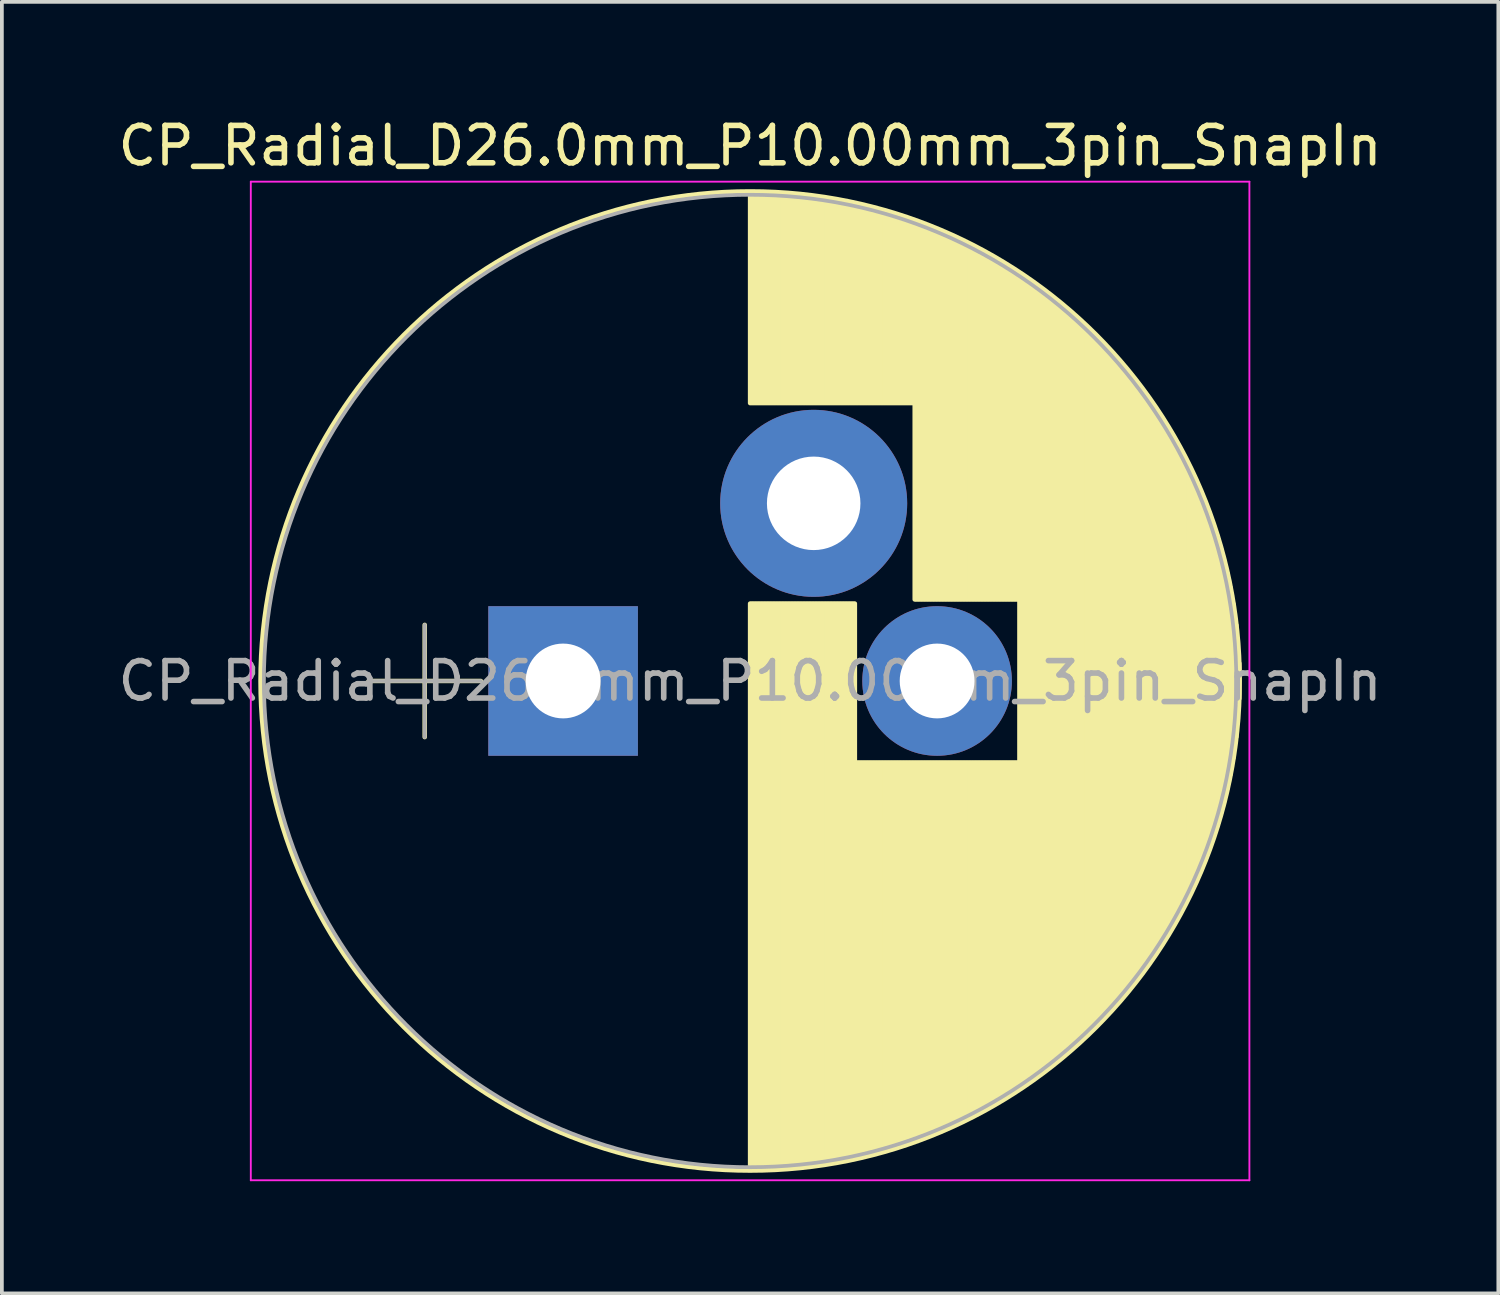
<source format=kicad_pcb>
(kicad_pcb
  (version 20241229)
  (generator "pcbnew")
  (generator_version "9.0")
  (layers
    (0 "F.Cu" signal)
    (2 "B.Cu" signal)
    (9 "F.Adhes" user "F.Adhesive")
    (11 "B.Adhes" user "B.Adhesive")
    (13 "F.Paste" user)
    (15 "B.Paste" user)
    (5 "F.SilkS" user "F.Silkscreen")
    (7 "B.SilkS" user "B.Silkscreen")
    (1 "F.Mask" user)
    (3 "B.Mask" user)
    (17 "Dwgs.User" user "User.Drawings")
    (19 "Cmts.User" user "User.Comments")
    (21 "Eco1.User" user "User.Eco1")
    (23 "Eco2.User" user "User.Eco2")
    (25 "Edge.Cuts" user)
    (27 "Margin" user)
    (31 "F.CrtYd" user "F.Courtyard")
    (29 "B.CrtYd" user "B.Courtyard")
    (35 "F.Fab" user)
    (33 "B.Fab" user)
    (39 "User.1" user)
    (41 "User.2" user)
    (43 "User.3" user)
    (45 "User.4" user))
  (footprint "CP_Radial_D26.0mm_P10.00mm_3pin_SnapIn"
    (layer "F.Cu")
    (at 12.006 15.158)
    (property "Reference" "CP_Radial_D26.0mm_P10.00mm_3pin_SnapIn" (at 5 -14.31 0) (layer "F.SilkS") (effects (font (size 1 1) (thickness 0.15))))
    (attr through_hole)
    (fp_line (start -5.2 0) (end -2.2 0) (stroke (width 0.12) (type solid)) (layer "F.SilkS"))
    (fp_line (start -3.7 -1.5) (end -3.7 1.5) (stroke (width 0.12) (type solid)) (layer "F.SilkS"))
    (fp_line (start 5 -13.05) (end 5 -7.43) (stroke (width 0.12) (type solid)) (layer "F.SilkS"))
    (fp_line (start 5 -2.07) (end 5 13.05) (stroke (width 0.12) (type solid)) (layer "F.SilkS"))
    (fp_line (start 5.04 -13.05) (end 5.04 -7.43) (stroke (width 0.12) (type solid)) (layer "F.SilkS"))
    (fp_line (start 5.04 -2.07) (end 5.04 13.05) (stroke (width 0.12) (type solid)) (layer "F.SilkS"))
    (fp_line (start 5.08 -13.05) (end 5.08 -7.43) (stroke (width 0.12) (type solid)) (layer "F.SilkS"))
    (fp_line (start 5.08 -2.07) (end 5.08 13.05) (stroke (width 0.12) (type solid)) (layer "F.SilkS"))
    (fp_line (start 5.12 -13.05) (end 5.12 -7.43) (stroke (width 0.12) (type solid)) (layer "F.SilkS"))
    (fp_line (start 5.12 -2.07) (end 5.12 13.05) (stroke (width 0.12) (type solid)) (layer "F.SilkS"))
    (fp_line (start 5.16 -13.05) (end 5.16 -7.43) (stroke (width 0.12) (type solid)) (layer "F.SilkS"))
    (fp_line (start 5.16 -2.07) (end 5.16 13.05) (stroke (width 0.12) (type solid)) (layer "F.SilkS"))
    (fp_line (start 5.2 -13.049) (end 5.2 -7.43) (stroke (width 0.12) (type solid)) (layer "F.SilkS"))
    (fp_line (start 5.2 -2.07) (end 5.2 13.049) (stroke (width 0.12) (type solid)) (layer "F.SilkS"))
    (fp_line (start 5.24 -13.048) (end 5.24 -7.43) (stroke (width 0.12) (type solid)) (layer "F.SilkS"))
    (fp_line (start 5.24 -2.07) (end 5.24 13.048) (stroke (width 0.12) (type solid)) (layer "F.SilkS"))
    (fp_line (start 5.28 -13.048) (end 5.28 -7.43) (stroke (width 0.12) (type solid)) (layer "F.SilkS"))
    (fp_line (start 5.28 -2.07) (end 5.28 13.048) (stroke (width 0.12) (type solid)) (layer "F.SilkS"))
    (fp_line (start 5.32 -13.047) (end 5.32 -7.43) (stroke (width 0.12) (type solid)) (layer "F.SilkS"))
    (fp_line (start 5.32 -2.07) (end 5.32 13.047) (stroke (width 0.12) (type solid)) (layer "F.SilkS"))
    (fp_line (start 5.36 -13.046) (end 5.36 -7.43) (stroke (width 0.12) (type solid)) (layer "F.SilkS"))
    (fp_line (start 5.36 -2.07) (end 5.36 13.046) (stroke (width 0.12) (type solid)) (layer "F.SilkS"))
    (fp_line (start 5.4 -13.044) (end 5.4 -7.43) (stroke (width 0.12) (type solid)) (layer "F.SilkS"))
    (fp_line (start 5.4 -2.07) (end 5.4 13.044) (stroke (width 0.12) (type solid)) (layer "F.SilkS"))
    (fp_line (start 5.44 -13.043) (end 5.44 -7.43) (stroke (width 0.12) (type solid)) (layer "F.SilkS"))
    (fp_line (start 5.44 -2.07) (end 5.44 13.043) (stroke (width 0.12) (type solid)) (layer "F.SilkS"))
    (fp_line (start 5.48 -13.042) (end 5.48 -7.43) (stroke (width 0.12) (type solid)) (layer "F.SilkS"))
    (fp_line (start 5.48 -2.07) (end 5.48 13.042) (stroke (width 0.12) (type solid)) (layer "F.SilkS"))
    (fp_line (start 5.52 -13.04) (end 5.52 -7.43) (stroke (width 0.12) (type solid)) (layer "F.SilkS"))
    (fp_line (start 5.52 -2.07) (end 5.52 13.04) (stroke (width 0.12) (type solid)) (layer "F.SilkS"))
    (fp_line (start 5.56 -13.039) (end 5.56 -7.43) (stroke (width 0.12) (type solid)) (layer "F.SilkS"))
    (fp_line (start 5.56 -2.07) (end 5.56 13.039) (stroke (width 0.12) (type solid)) (layer "F.SilkS"))
    (fp_line (start 5.6 -13.037) (end 5.6 -7.43) (stroke (width 0.12) (type solid)) (layer "F.SilkS"))
    (fp_line (start 5.6 -2.07) (end 5.6 13.037) (stroke (width 0.12) (type solid)) (layer "F.SilkS"))
    (fp_line (start 5.64 -13.035) (end 5.64 -7.43) (stroke (width 0.12) (type solid)) (layer "F.SilkS"))
    (fp_line (start 5.64 -2.07) (end 5.64 13.035) (stroke (width 0.12) (type solid)) (layer "F.SilkS"))
    (fp_line (start 5.68 -13.033) (end 5.68 -7.43) (stroke (width 0.12) (type solid)) (layer "F.SilkS"))
    (fp_line (start 5.68 -2.07) (end 5.68 13.033) (stroke (width 0.12) (type solid)) (layer "F.SilkS"))
    (fp_line (start 5.721 -13.031) (end 5.721 -7.43) (stroke (width 0.12) (type solid)) (layer "F.SilkS"))
    (fp_line (start 5.721 -2.07) (end 5.721 13.031) (stroke (width 0.12) (type solid)) (layer "F.SilkS"))
    (fp_line (start 5.761 -13.028) (end 5.761 -7.43) (stroke (width 0.12) (type solid)) (layer "F.SilkS"))
    (fp_line (start 5.761 -2.07) (end 5.761 13.028) (stroke (width 0.12) (type solid)) (layer "F.SilkS"))
    (fp_line (start 5.801 -13.026) (end 5.801 -7.43) (stroke (width 0.12) (type solid)) (layer "F.SilkS"))
    (fp_line (start 5.801 -2.07) (end 5.801 13.026) (stroke (width 0.12) (type solid)) (layer "F.SilkS"))
    (fp_line (start 5.841 -13.024) (end 5.841 -7.43) (stroke (width 0.12) (type solid)) (layer "F.SilkS"))
    (fp_line (start 5.841 -2.07) (end 5.841 13.024) (stroke (width 0.12) (type solid)) (layer "F.SilkS"))
    (fp_line (start 5.881 -13.021) (end 5.881 -7.43) (stroke (width 0.12) (type solid)) (layer "F.SilkS"))
    (fp_line (start 5.881 -2.07) (end 5.881 13.021) (stroke (width 0.12) (type solid)) (layer "F.SilkS"))
    (fp_line (start 5.921 -13.018) (end 5.921 -7.43) (stroke (width 0.12) (type solid)) (layer "F.SilkS"))
    (fp_line (start 5.921 -2.07) (end 5.921 13.018) (stroke (width 0.12) (type solid)) (layer "F.SilkS"))
    (fp_line (start 5.961 -13.015) (end 5.961 -7.43) (stroke (width 0.12) (type solid)) (layer "F.SilkS"))
    (fp_line (start 5.961 -2.07) (end 5.961 13.015) (stroke (width 0.12) (type solid)) (layer "F.SilkS"))
    (fp_line (start 6.001 -13.012) (end 6.001 -7.43) (stroke (width 0.12) (type solid)) (layer "F.SilkS"))
    (fp_line (start 6.001 -2.07) (end 6.001 13.012) (stroke (width 0.12) (type solid)) (layer "F.SilkS"))
    (fp_line (start 6.041 -13.009) (end 6.041 -7.43) (stroke (width 0.12) (type solid)) (layer "F.SilkS"))
    (fp_line (start 6.041 -2.07) (end 6.041 13.009) (stroke (width 0.12) (type solid)) (layer "F.SilkS"))
    (fp_line (start 6.081 -13.006) (end 6.081 -7.43) (stroke (width 0.12) (type solid)) (layer "F.SilkS"))
    (fp_line (start 6.081 -2.07) (end 6.081 13.006) (stroke (width 0.12) (type solid)) (layer "F.SilkS"))
    (fp_line (start 6.121 -13.002) (end 6.121 -7.43) (stroke (width 0.12) (type solid)) (layer "F.SilkS"))
    (fp_line (start 6.121 -2.07) (end 6.121 13.002) (stroke (width 0.12) (type solid)) (layer "F.SilkS"))
    (fp_line (start 6.161 -12.999) (end 6.161 -7.43) (stroke (width 0.12) (type solid)) (layer "F.SilkS"))
    (fp_line (start 6.161 -2.07) (end 6.161 12.999) (stroke (width 0.12) (type solid)) (layer "F.SilkS"))
    (fp_line (start 6.201 -12.995) (end 6.201 -7.43) (stroke (width 0.12) (type solid)) (layer "F.SilkS"))
    (fp_line (start 6.201 -2.07) (end 6.201 12.995) (stroke (width 0.12) (type solid)) (layer "F.SilkS"))
    (fp_line (start 6.241 -12.992) (end 6.241 -7.43) (stroke (width 0.12) (type solid)) (layer "F.SilkS"))
    (fp_line (start 6.241 -2.07) (end 6.241 12.992) (stroke (width 0.12) (type solid)) (layer "F.SilkS"))
    (fp_line (start 6.281 -12.988) (end 6.281 -7.43) (stroke (width 0.12) (type solid)) (layer "F.SilkS"))
    (fp_line (start 6.281 -2.07) (end 6.281 12.988) (stroke (width 0.12) (type solid)) (layer "F.SilkS"))
    (fp_line (start 6.321 -12.984) (end 6.321 -7.43) (stroke (width 0.12) (type solid)) (layer "F.SilkS"))
    (fp_line (start 6.321 -2.07) (end 6.321 12.984) (stroke (width 0.12) (type solid)) (layer "F.SilkS"))
    (fp_line (start 6.361 -12.98) (end 6.361 -7.43) (stroke (width 0.12) (type solid)) (layer "F.SilkS"))
    (fp_line (start 6.361 -2.07) (end 6.361 12.98) (stroke (width 0.12) (type solid)) (layer "F.SilkS"))
    (fp_line (start 6.401 -12.975) (end 6.401 -7.43) (stroke (width 0.12) (type solid)) (layer "F.SilkS"))
    (fp_line (start 6.401 -2.07) (end 6.401 12.975) (stroke (width 0.12) (type solid)) (layer "F.SilkS"))
    (fp_line (start 6.441 -12.971) (end 6.441 -7.43) (stroke (width 0.12) (type solid)) (layer "F.SilkS"))
    (fp_line (start 6.441 -2.07) (end 6.441 12.971) (stroke (width 0.12) (type solid)) (layer "F.SilkS"))
    (fp_line (start 6.481 -12.967) (end 6.481 -7.43) (stroke (width 0.12) (type solid)) (layer "F.SilkS"))
    (fp_line (start 6.481 -2.07) (end 6.481 12.967) (stroke (width 0.12) (type solid)) (layer "F.SilkS"))
    (fp_line (start 6.521 -12.962) (end 6.521 -7.43) (stroke (width 0.12) (type solid)) (layer "F.SilkS"))
    (fp_line (start 6.521 -2.07) (end 6.521 12.962) (stroke (width 0.12) (type solid)) (layer "F.SilkS"))
    (fp_line (start 6.561 -12.957) (end 6.561 -7.43) (stroke (width 0.12) (type solid)) (layer "F.SilkS"))
    (fp_line (start 6.561 -2.07) (end 6.561 12.957) (stroke (width 0.12) (type solid)) (layer "F.SilkS"))
    (fp_line (start 6.601 -12.952) (end 6.601 -7.43) (stroke (width 0.12) (type solid)) (layer "F.SilkS"))
    (fp_line (start 6.601 -2.07) (end 6.601 12.952) (stroke (width 0.12) (type solid)) (layer "F.SilkS"))
    (fp_line (start 6.641 -12.947) (end 6.641 -7.43) (stroke (width 0.12) (type solid)) (layer "F.SilkS"))
    (fp_line (start 6.641 -2.07) (end 6.641 12.947) (stroke (width 0.12) (type solid)) (layer "F.SilkS"))
    (fp_line (start 6.681 -12.942) (end 6.681 -7.43) (stroke (width 0.12) (type solid)) (layer "F.SilkS"))
    (fp_line (start 6.681 -2.07) (end 6.681 12.942) (stroke (width 0.12) (type solid)) (layer "F.SilkS"))
    (fp_line (start 6.721 -12.937) (end 6.721 -7.43) (stroke (width 0.12) (type solid)) (layer "F.SilkS"))
    (fp_line (start 6.721 -2.07) (end 6.721 12.937) (stroke (width 0.12) (type solid)) (layer "F.SilkS"))
    (fp_line (start 6.761 -12.932) (end 6.761 -7.43) (stroke (width 0.12) (type solid)) (layer "F.SilkS"))
    (fp_line (start 6.761 -2.07) (end 6.761 12.932) (stroke (width 0.12) (type solid)) (layer "F.SilkS"))
    (fp_line (start 6.801 -12.926) (end 6.801 -7.43) (stroke (width 0.12) (type solid)) (layer "F.SilkS"))
    (fp_line (start 6.801 -2.07) (end 6.801 12.926) (stroke (width 0.12) (type solid)) (layer "F.SilkS"))
    (fp_line (start 6.841 -12.921) (end 6.841 -7.43) (stroke (width 0.12) (type solid)) (layer "F.SilkS"))
    (fp_line (start 6.841 -2.07) (end 6.841 12.921) (stroke (width 0.12) (type solid)) (layer "F.SilkS"))
    (fp_line (start 6.881 -12.915) (end 6.881 -7.43) (stroke (width 0.12) (type solid)) (layer "F.SilkS"))
    (fp_line (start 6.881 -2.07) (end 6.881 12.915) (stroke (width 0.12) (type solid)) (layer "F.SilkS"))
    (fp_line (start 6.921 -12.909) (end 6.921 -7.43) (stroke (width 0.12) (type solid)) (layer "F.SilkS"))
    (fp_line (start 6.921 -2.07) (end 6.921 12.909) (stroke (width 0.12) (type solid)) (layer "F.SilkS"))
    (fp_line (start 6.961 -12.903) (end 6.961 -7.43) (stroke (width 0.12) (type solid)) (layer "F.SilkS"))
    (fp_line (start 6.961 -2.07) (end 6.961 12.903) (stroke (width 0.12) (type solid)) (layer "F.SilkS"))
    (fp_line (start 7.001 -12.897) (end 7.001 -7.43) (stroke (width 0.12) (type solid)) (layer "F.SilkS"))
    (fp_line (start 7.001 -2.07) (end 7.001 12.897) (stroke (width 0.12) (type solid)) (layer "F.SilkS"))
    (fp_line (start 7.041 -12.891) (end 7.041 -7.43) (stroke (width 0.12) (type solid)) (layer "F.SilkS"))
    (fp_line (start 7.041 -2.07) (end 7.041 12.891) (stroke (width 0.12) (type solid)) (layer "F.SilkS"))
    (fp_line (start 7.081 -12.884) (end 7.081 -7.43) (stroke (width 0.12) (type solid)) (layer "F.SilkS"))
    (fp_line (start 7.081 -2.07) (end 7.081 12.884) (stroke (width 0.12) (type solid)) (layer "F.SilkS"))
    (fp_line (start 7.121 -12.878) (end 7.121 -7.43) (stroke (width 0.12) (type solid)) (layer "F.SilkS"))
    (fp_line (start 7.121 -2.07) (end 7.121 12.878) (stroke (width 0.12) (type solid)) (layer "F.SilkS"))
    (fp_line (start 7.161 -12.871) (end 7.161 -7.43) (stroke (width 0.12) (type solid)) (layer "F.SilkS"))
    (fp_line (start 7.161 -2.07) (end 7.161 12.871) (stroke (width 0.12) (type solid)) (layer "F.SilkS"))
    (fp_line (start 7.201 -12.864) (end 7.201 -7.43) (stroke (width 0.12) (type solid)) (layer "F.SilkS"))
    (fp_line (start 7.201 -2.07) (end 7.201 12.864) (stroke (width 0.12) (type solid)) (layer "F.SilkS"))
    (fp_line (start 7.241 -12.857) (end 7.241 -7.43) (stroke (width 0.12) (type solid)) (layer "F.SilkS"))
    (fp_line (start 7.241 -2.07) (end 7.241 12.857) (stroke (width 0.12) (type solid)) (layer "F.SilkS"))
    (fp_line (start 7.281 -12.85) (end 7.281 -7.43) (stroke (width 0.12) (type solid)) (layer "F.SilkS"))
    (fp_line (start 7.281 -2.07) (end 7.281 12.85) (stroke (width 0.12) (type solid)) (layer "F.SilkS"))
    (fp_line (start 7.321 -12.843) (end 7.321 -7.43) (stroke (width 0.12) (type solid)) (layer "F.SilkS"))
    (fp_line (start 7.321 -2.07) (end 7.321 12.843) (stroke (width 0.12) (type solid)) (layer "F.SilkS"))
    (fp_line (start 7.361 -12.836) (end 7.361 -7.43) (stroke (width 0.12) (type solid)) (layer "F.SilkS"))
    (fp_line (start 7.361 -2.07) (end 7.361 12.836) (stroke (width 0.12) (type solid)) (layer "F.SilkS"))
    (fp_line (start 7.401 -12.829) (end 7.401 -7.43) (stroke (width 0.12) (type solid)) (layer "F.SilkS"))
    (fp_line (start 7.401 -2.07) (end 7.401 12.829) (stroke (width 0.12) (type solid)) (layer "F.SilkS"))
    (fp_line (start 7.441 -12.821) (end 7.441 -7.43) (stroke (width 0.12) (type solid)) (layer "F.SilkS"))
    (fp_line (start 7.441 -2.07) (end 7.441 12.821) (stroke (width 0.12) (type solid)) (layer "F.SilkS"))
    (fp_line (start 7.481 -12.813) (end 7.481 -7.43) (stroke (width 0.12) (type solid)) (layer "F.SilkS"))
    (fp_line (start 7.481 -2.07) (end 7.481 12.813) (stroke (width 0.12) (type solid)) (layer "F.SilkS"))
    (fp_line (start 7.521 -12.806) (end 7.521 -7.43) (stroke (width 0.12) (type solid)) (layer "F.SilkS"))
    (fp_line (start 7.521 -2.07) (end 7.521 12.806) (stroke (width 0.12) (type solid)) (layer "F.SilkS"))
    (fp_line (start 7.561 -12.798) (end 7.561 -7.43) (stroke (width 0.12) (type solid)) (layer "F.SilkS"))
    (fp_line (start 7.561 -2.07) (end 7.561 12.798) (stroke (width 0.12) (type solid)) (layer "F.SilkS"))
    (fp_line (start 7.601 -12.79) (end 7.601 -7.43) (stroke (width 0.12) (type solid)) (layer "F.SilkS"))
    (fp_line (start 7.601 -2.07) (end 7.601 12.79) (stroke (width 0.12) (type solid)) (layer "F.SilkS"))
    (fp_line (start 7.641 -12.782) (end 7.641 -7.43) (stroke (width 0.12) (type solid)) (layer "F.SilkS"))
    (fp_line (start 7.641 -2.07) (end 7.641 12.782) (stroke (width 0.12) (type solid)) (layer "F.SilkS"))
    (fp_line (start 7.681 -12.773) (end 7.681 -7.43) (stroke (width 0.12) (type solid)) (layer "F.SilkS"))
    (fp_line (start 7.681 -2.07) (end 7.681 12.773) (stroke (width 0.12) (type solid)) (layer "F.SilkS"))
    (fp_line (start 7.721 -12.765) (end 7.721 -7.43) (stroke (width 0.12) (type solid)) (layer "F.SilkS"))
    (fp_line (start 7.721 -2.07) (end 7.721 12.765) (stroke (width 0.12) (type solid)) (layer "F.SilkS"))
    (fp_line (start 7.761 -12.756) (end 7.761 -7.43) (stroke (width 0.12) (type solid)) (layer "F.SilkS"))
    (fp_line (start 7.761 -2.07) (end 7.761 12.756) (stroke (width 0.12) (type solid)) (layer "F.SilkS"))
    (fp_line (start 7.801 -12.748) (end 7.801 -7.43) (stroke (width 0.12) (type solid)) (layer "F.SilkS"))
    (fp_line (start 7.801 -2.07) (end 7.801 12.748) (stroke (width 0.12) (type solid)) (layer "F.SilkS"))
    (fp_line (start 7.841 -12.739) (end 7.841 -7.43) (stroke (width 0.12) (type solid)) (layer "F.SilkS"))
    (fp_line (start 7.841 2.18) (end 7.841 12.739) (stroke (width 0.12) (type solid)) (layer "F.SilkS"))
    (fp_line (start 7.881 -12.73) (end 7.881 -7.43) (stroke (width 0.12) (type solid)) (layer "F.SilkS"))
    (fp_line (start 7.881 2.18) (end 7.881 12.73) (stroke (width 0.12) (type solid)) (layer "F.SilkS"))
    (fp_line (start 7.921 -12.721) (end 7.921 -7.43) (stroke (width 0.12) (type solid)) (layer "F.SilkS"))
    (fp_line (start 7.921 2.18) (end 7.921 12.721) (stroke (width 0.12) (type solid)) (layer "F.SilkS"))
    (fp_line (start 7.961 -12.711) (end 7.961 -7.43) (stroke (width 0.12) (type solid)) (layer "F.SilkS"))
    (fp_line (start 7.961 2.18) (end 7.961 12.711) (stroke (width 0.12) (type solid)) (layer "F.SilkS"))
    (fp_line (start 8.001 -12.702) (end 8.001 -7.43) (stroke (width 0.12) (type solid)) (layer "F.SilkS"))
    (fp_line (start 8.001 2.18) (end 8.001 12.702) (stroke (width 0.12) (type solid)) (layer "F.SilkS"))
    (fp_line (start 8.041 -12.693) (end 8.041 -7.43) (stroke (width 0.12) (type solid)) (layer "F.SilkS"))
    (fp_line (start 8.041 2.18) (end 8.041 12.693) (stroke (width 0.12) (type solid)) (layer "F.SilkS"))
    (fp_line (start 8.081 -12.683) (end 8.081 -7.43) (stroke (width 0.12) (type solid)) (layer "F.SilkS"))
    (fp_line (start 8.081 2.18) (end 8.081 12.683) (stroke (width 0.12) (type solid)) (layer "F.SilkS"))
    (fp_line (start 8.121 -12.673) (end 8.121 -7.43) (stroke (width 0.12) (type solid)) (layer "F.SilkS"))
    (fp_line (start 8.121 2.18) (end 8.121 12.673) (stroke (width 0.12) (type solid)) (layer "F.SilkS"))
    (fp_line (start 8.161 -12.663) (end 8.161 -7.43) (stroke (width 0.12) (type solid)) (layer "F.SilkS"))
    (fp_line (start 8.161 2.18) (end 8.161 12.663) (stroke (width 0.12) (type solid)) (layer "F.SilkS"))
    (fp_line (start 8.201 -12.653) (end 8.201 -7.43) (stroke (width 0.12) (type solid)) (layer "F.SilkS"))
    (fp_line (start 8.201 2.18) (end 8.201 12.653) (stroke (width 0.12) (type solid)) (layer "F.SilkS"))
    (fp_line (start 8.241 -12.643) (end 8.241 -7.43) (stroke (width 0.12) (type solid)) (layer "F.SilkS"))
    (fp_line (start 8.241 2.18) (end 8.241 12.643) (stroke (width 0.12) (type solid)) (layer "F.SilkS"))
    (fp_line (start 8.281 -12.633) (end 8.281 -7.43) (stroke (width 0.12) (type solid)) (layer "F.SilkS"))
    (fp_line (start 8.281 2.18) (end 8.281 12.633) (stroke (width 0.12) (type solid)) (layer "F.SilkS"))
    (fp_line (start 8.321 -12.622) (end 8.321 -7.43) (stroke (width 0.12) (type solid)) (layer "F.SilkS"))
    (fp_line (start 8.321 2.18) (end 8.321 12.622) (stroke (width 0.12) (type solid)) (layer "F.SilkS"))
    (fp_line (start 8.361 -12.612) (end 8.361 -7.43) (stroke (width 0.12) (type solid)) (layer "F.SilkS"))
    (fp_line (start 8.361 2.18) (end 8.361 12.612) (stroke (width 0.12) (type solid)) (layer "F.SilkS"))
    (fp_line (start 8.401 -12.601) (end 8.401 -7.43) (stroke (width 0.12) (type solid)) (layer "F.SilkS"))
    (fp_line (start 8.401 2.18) (end 8.401 12.601) (stroke (width 0.12) (type solid)) (layer "F.SilkS"))
    (fp_line (start 8.441 -12.59) (end 8.441 -7.43) (stroke (width 0.12) (type solid)) (layer "F.SilkS"))
    (fp_line (start 8.441 2.18) (end 8.441 12.59) (stroke (width 0.12) (type solid)) (layer "F.SilkS"))
    (fp_line (start 8.481 -12.579) (end 8.481 -7.43) (stroke (width 0.12) (type solid)) (layer "F.SilkS"))
    (fp_line (start 8.481 2.18) (end 8.481 12.579) (stroke (width 0.12) (type solid)) (layer "F.SilkS"))
    (fp_line (start 8.521 -12.568) (end 8.521 -7.43) (stroke (width 0.12) (type solid)) (layer "F.SilkS"))
    (fp_line (start 8.521 2.18) (end 8.521 12.568) (stroke (width 0.12) (type solid)) (layer "F.SilkS"))
    (fp_line (start 8.561 -12.557) (end 8.561 -7.43) (stroke (width 0.12) (type solid)) (layer "F.SilkS"))
    (fp_line (start 8.561 2.18) (end 8.561 12.557) (stroke (width 0.12) (type solid)) (layer "F.SilkS"))
    (fp_line (start 8.601 -12.546) (end 8.601 -7.43) (stroke (width 0.12) (type solid)) (layer "F.SilkS"))
    (fp_line (start 8.601 2.18) (end 8.601 12.546) (stroke (width 0.12) (type solid)) (layer "F.SilkS"))
    (fp_line (start 8.641 -12.534) (end 8.641 -7.43) (stroke (width 0.12) (type solid)) (layer "F.SilkS"))
    (fp_line (start 8.641 2.18) (end 8.641 12.534) (stroke (width 0.12) (type solid)) (layer "F.SilkS"))
    (fp_line (start 8.681 -12.523) (end 8.681 -7.43) (stroke (width 0.12) (type solid)) (layer "F.SilkS"))
    (fp_line (start 8.681 2.18) (end 8.681 12.523) (stroke (width 0.12) (type solid)) (layer "F.SilkS"))
    (fp_line (start 8.721 -12.511) (end 8.721 -7.43) (stroke (width 0.12) (type solid)) (layer "F.SilkS"))
    (fp_line (start 8.721 2.18) (end 8.721 12.511) (stroke (width 0.12) (type solid)) (layer "F.SilkS"))
    (fp_line (start 8.761 -12.499) (end 8.761 -7.43) (stroke (width 0.12) (type solid)) (layer "F.SilkS"))
    (fp_line (start 8.761 2.18) (end 8.761 12.499) (stroke (width 0.12) (type solid)) (layer "F.SilkS"))
    (fp_line (start 8.801 -12.487) (end 8.801 -7.43) (stroke (width 0.12) (type solid)) (layer "F.SilkS"))
    (fp_line (start 8.801 2.18) (end 8.801 12.487) (stroke (width 0.12) (type solid)) (layer "F.SilkS"))
    (fp_line (start 8.841 -12.475) (end 8.841 -7.43) (stroke (width 0.12) (type solid)) (layer "F.SilkS"))
    (fp_line (start 8.841 2.18) (end 8.841 12.475) (stroke (width 0.12) (type solid)) (layer "F.SilkS"))
    (fp_line (start 8.881 -12.462) (end 8.881 -7.43) (stroke (width 0.12) (type solid)) (layer "F.SilkS"))
    (fp_line (start 8.881 2.18) (end 8.881 12.462) (stroke (width 0.12) (type solid)) (layer "F.SilkS"))
    (fp_line (start 8.921 -12.45) (end 8.921 -7.43) (stroke (width 0.12) (type solid)) (layer "F.SilkS"))
    (fp_line (start 8.921 2.18) (end 8.921 12.45) (stroke (width 0.12) (type solid)) (layer "F.SilkS"))
    (fp_line (start 8.961 -12.437) (end 8.961 -7.43) (stroke (width 0.12) (type solid)) (layer "F.SilkS"))
    (fp_line (start 8.961 2.18) (end 8.961 12.437) (stroke (width 0.12) (type solid)) (layer "F.SilkS"))
    (fp_line (start 9.001 -12.424) (end 9.001 -7.43) (stroke (width 0.12) (type solid)) (layer "F.SilkS"))
    (fp_line (start 9.001 2.18) (end 9.001 12.424) (stroke (width 0.12) (type solid)) (layer "F.SilkS"))
    (fp_line (start 9.041 -12.411) (end 9.041 -7.43) (stroke (width 0.12) (type solid)) (layer "F.SilkS"))
    (fp_line (start 9.041 2.18) (end 9.041 12.411) (stroke (width 0.12) (type solid)) (layer "F.SilkS"))
    (fp_line (start 9.081 -12.398) (end 9.081 -7.43) (stroke (width 0.12) (type solid)) (layer "F.SilkS"))
    (fp_line (start 9.081 2.18) (end 9.081 12.398) (stroke (width 0.12) (type solid)) (layer "F.SilkS"))
    (fp_line (start 9.121 -12.385) (end 9.121 -7.43) (stroke (width 0.12) (type solid)) (layer "F.SilkS"))
    (fp_line (start 9.121 2.18) (end 9.121 12.385) (stroke (width 0.12) (type solid)) (layer "F.SilkS"))
    (fp_line (start 9.161 -12.372) (end 9.161 -7.43) (stroke (width 0.12) (type solid)) (layer "F.SilkS"))
    (fp_line (start 9.161 2.18) (end 9.161 12.372) (stroke (width 0.12) (type solid)) (layer "F.SilkS"))
    (fp_line (start 9.201 -12.358) (end 9.201 -7.43) (stroke (width 0.12) (type solid)) (layer "F.SilkS"))
    (fp_line (start 9.201 2.18) (end 9.201 12.358) (stroke (width 0.12) (type solid)) (layer "F.SilkS"))
    (fp_line (start 9.241 -12.345) (end 9.241 -7.43) (stroke (width 0.12) (type solid)) (layer "F.SilkS"))
    (fp_line (start 9.241 2.18) (end 9.241 12.345) (stroke (width 0.12) (type solid)) (layer "F.SilkS"))
    (fp_line (start 9.281 -12.331) (end 9.281 -7.43) (stroke (width 0.12) (type solid)) (layer "F.SilkS"))
    (fp_line (start 9.281 2.18) (end 9.281 12.331) (stroke (width 0.12) (type solid)) (layer "F.SilkS"))
    (fp_line (start 9.321 -12.317) (end 9.321 -7.43) (stroke (width 0.12) (type solid)) (layer "F.SilkS"))
    (fp_line (start 9.321 2.18) (end 9.321 12.317) (stroke (width 0.12) (type solid)) (layer "F.SilkS"))
    (fp_line (start 9.361 -12.303) (end 9.361 -7.43) (stroke (width 0.12) (type solid)) (layer "F.SilkS"))
    (fp_line (start 9.361 2.18) (end 9.361 12.303) (stroke (width 0.12) (type solid)) (layer "F.SilkS"))
    (fp_line (start 9.401 -12.289) (end 9.401 -2.18) (stroke (width 0.12) (type solid)) (layer "F.SilkS"))
    (fp_line (start 9.401 2.18) (end 9.401 12.289) (stroke (width 0.12) (type solid)) (layer "F.SilkS"))
    (fp_line (start 9.441 -12.274) (end 9.441 -2.18) (stroke (width 0.12) (type solid)) (layer "F.SilkS"))
    (fp_line (start 9.441 2.18) (end 9.441 12.274) (stroke (width 0.12) (type solid)) (layer "F.SilkS"))
    (fp_line (start 9.481 -12.26) (end 9.481 -2.18) (stroke (width 0.12) (type solid)) (layer "F.SilkS"))
    (fp_line (start 9.481 2.18) (end 9.481 12.26) (stroke (width 0.12) (type solid)) (layer "F.SilkS"))
    (fp_line (start 9.521 -12.245) (end 9.521 -2.18) (stroke (width 0.12) (type solid)) (layer "F.SilkS"))
    (fp_line (start 9.521 2.18) (end 9.521 12.245) (stroke (width 0.12) (type solid)) (layer "F.SilkS"))
    (fp_line (start 9.561 -12.231) (end 9.561 -2.18) (stroke (width 0.12) (type solid)) (layer "F.SilkS"))
    (fp_line (start 9.561 2.18) (end 9.561 12.231) (stroke (width 0.12) (type solid)) (layer "F.SilkS"))
    (fp_line (start 9.601 -12.216) (end 9.601 -2.18) (stroke (width 0.12) (type solid)) (layer "F.SilkS"))
    (fp_line (start 9.601 2.18) (end 9.601 12.216) (stroke (width 0.12) (type solid)) (layer "F.SilkS"))
    (fp_line (start 9.641 -12.201) (end 9.641 -2.18) (stroke (width 0.12) (type solid)) (layer "F.SilkS"))
    (fp_line (start 9.641 2.18) (end 9.641 12.201) (stroke (width 0.12) (type solid)) (layer "F.SilkS"))
    (fp_line (start 9.681 -12.185) (end 9.681 -2.18) (stroke (width 0.12) (type solid)) (layer "F.SilkS"))
    (fp_line (start 9.681 2.18) (end 9.681 12.185) (stroke (width 0.12) (type solid)) (layer "F.SilkS"))
    (fp_line (start 9.721 -12.17) (end 9.721 -2.18) (stroke (width 0.12) (type solid)) (layer "F.SilkS"))
    (fp_line (start 9.721 2.18) (end 9.721 12.17) (stroke (width 0.12) (type solid)) (layer "F.SilkS"))
    (fp_line (start 9.761 -12.154) (end 9.761 -2.18) (stroke (width 0.12) (type solid)) (layer "F.SilkS"))
    (fp_line (start 9.761 2.18) (end 9.761 12.154) (stroke (width 0.12) (type solid)) (layer "F.SilkS"))
    (fp_line (start 9.801 -12.139) (end 9.801 -2.18) (stroke (width 0.12) (type solid)) (layer "F.SilkS"))
    (fp_line (start 9.801 2.18) (end 9.801 12.139) (stroke (width 0.12) (type solid)) (layer "F.SilkS"))
    (fp_line (start 9.841 -12.123) (end 9.841 -2.18) (stroke (width 0.12) (type solid)) (layer "F.SilkS"))
    (fp_line (start 9.841 2.18) (end 9.841 12.123) (stroke (width 0.12) (type solid)) (layer "F.SilkS"))
    (fp_line (start 9.881 -12.107) (end 9.881 -2.18) (stroke (width 0.12) (type solid)) (layer "F.SilkS"))
    (fp_line (start 9.881 2.18) (end 9.881 12.107) (stroke (width 0.12) (type solid)) (layer "F.SilkS"))
    (fp_line (start 9.921 -12.091) (end 9.921 -2.18) (stroke (width 0.12) (type solid)) (layer "F.SilkS"))
    (fp_line (start 9.921 2.18) (end 9.921 12.091) (stroke (width 0.12) (type solid)) (layer "F.SilkS"))
    (fp_line (start 9.961 -12.074) (end 9.961 -2.18) (stroke (width 0.12) (type solid)) (layer "F.SilkS"))
    (fp_line (start 9.961 2.18) (end 9.961 12.074) (stroke (width 0.12) (type solid)) (layer "F.SilkS"))
    (fp_line (start 10.001 -12.058) (end 10.001 -2.18) (stroke (width 0.12) (type solid)) (layer "F.SilkS"))
    (fp_line (start 10.001 2.18) (end 10.001 12.058) (stroke (width 0.12) (type solid)) (layer "F.SilkS"))
    (fp_line (start 10.041 -12.041) (end 10.041 -2.18) (stroke (width 0.12) (type solid)) (layer "F.SilkS"))
    (fp_line (start 10.041 2.18) (end 10.041 12.041) (stroke (width 0.12) (type solid)) (layer "F.SilkS"))
    (fp_line (start 10.081 -12.025) (end 10.081 -2.18) (stroke (width 0.12) (type solid)) (layer "F.SilkS"))
    (fp_line (start 10.081 2.18) (end 10.081 12.025) (stroke (width 0.12) (type solid)) (layer "F.SilkS"))
    (fp_line (start 10.121 -12.008) (end 10.121 -2.18) (stroke (width 0.12) (type solid)) (layer "F.SilkS"))
    (fp_line (start 10.121 2.18) (end 10.121 12.008) (stroke (width 0.12) (type solid)) (layer "F.SilkS"))
    (fp_line (start 10.161 -11.991) (end 10.161 -2.18) (stroke (width 0.12) (type solid)) (layer "F.SilkS"))
    (fp_line (start 10.161 2.18) (end 10.161 11.991) (stroke (width 0.12) (type solid)) (layer "F.SilkS"))
    (fp_line (start 10.201 -11.973) (end 10.201 -2.18) (stroke (width 0.12) (type solid)) (layer "F.SilkS"))
    (fp_line (start 10.201 2.18) (end 10.201 11.973) (stroke (width 0.12) (type solid)) (layer "F.SilkS"))
    (fp_line (start 10.241 -11.956) (end 10.241 -2.18) (stroke (width 0.12) (type solid)) (layer "F.SilkS"))
    (fp_line (start 10.241 2.18) (end 10.241 11.956) (stroke (width 0.12) (type solid)) (layer "F.SilkS"))
    (fp_line (start 10.281 -11.938) (end 10.281 -2.18) (stroke (width 0.12) (type solid)) (layer "F.SilkS"))
    (fp_line (start 10.281 2.18) (end 10.281 11.938) (stroke (width 0.12) (type solid)) (layer "F.SilkS"))
    (fp_line (start 10.321 -11.921) (end 10.321 -2.18) (stroke (width 0.12) (type solid)) (layer "F.SilkS"))
    (fp_line (start 10.321 2.18) (end 10.321 11.921) (stroke (width 0.12) (type solid)) (layer "F.SilkS"))
    (fp_line (start 10.361 -11.903) (end 10.361 -2.18) (stroke (width 0.12) (type solid)) (layer "F.SilkS"))
    (fp_line (start 10.361 2.18) (end 10.361 11.903) (stroke (width 0.12) (type solid)) (layer "F.SilkS"))
    (fp_line (start 10.401 -11.885) (end 10.401 -2.18) (stroke (width 0.12) (type solid)) (layer "F.SilkS"))
    (fp_line (start 10.401 2.18) (end 10.401 11.885) (stroke (width 0.12) (type solid)) (layer "F.SilkS"))
    (fp_line (start 10.441 -11.867) (end 10.441 -2.18) (stroke (width 0.12) (type solid)) (layer "F.SilkS"))
    (fp_line (start 10.441 2.18) (end 10.441 11.867) (stroke (width 0.12) (type solid)) (layer "F.SilkS"))
    (fp_line (start 10.481 -11.848) (end 10.481 -2.18) (stroke (width 0.12) (type solid)) (layer "F.SilkS"))
    (fp_line (start 10.481 2.18) (end 10.481 11.848) (stroke (width 0.12) (type solid)) (layer "F.SilkS"))
    (fp_line (start 10.521 -11.83) (end 10.521 -2.18) (stroke (width 0.12) (type solid)) (layer "F.SilkS"))
    (fp_line (start 10.521 2.18) (end 10.521 11.83) (stroke (width 0.12) (type solid)) (layer "F.SilkS"))
    (fp_line (start 10.561 -11.811) (end 10.561 -2.18) (stroke (width 0.12) (type solid)) (layer "F.SilkS"))
    (fp_line (start 10.561 2.18) (end 10.561 11.811) (stroke (width 0.12) (type solid)) (layer "F.SilkS"))
    (fp_line (start 10.601 -11.792) (end 10.601 -2.18) (stroke (width 0.12) (type solid)) (layer "F.SilkS"))
    (fp_line (start 10.601 2.18) (end 10.601 11.792) (stroke (width 0.12) (type solid)) (layer "F.SilkS"))
    (fp_line (start 10.641 -11.773) (end 10.641 -2.18) (stroke (width 0.12) (type solid)) (layer "F.SilkS"))
    (fp_line (start 10.641 2.18) (end 10.641 11.773) (stroke (width 0.12) (type solid)) (layer "F.SilkS"))
    (fp_line (start 10.681 -11.754) (end 10.681 -2.18) (stroke (width 0.12) (type solid)) (layer "F.SilkS"))
    (fp_line (start 10.681 2.18) (end 10.681 11.754) (stroke (width 0.12) (type solid)) (layer "F.SilkS"))
    (fp_line (start 10.721 -11.735) (end 10.721 -2.18) (stroke (width 0.12) (type solid)) (layer "F.SilkS"))
    (fp_line (start 10.721 2.18) (end 10.721 11.735) (stroke (width 0.12) (type solid)) (layer "F.SilkS"))
    (fp_line (start 10.761 -11.715) (end 10.761 -2.18) (stroke (width 0.12) (type solid)) (layer "F.SilkS"))
    (fp_line (start 10.761 2.18) (end 10.761 11.715) (stroke (width 0.12) (type solid)) (layer "F.SilkS"))
    (fp_line (start 10.801 -11.695) (end 10.801 -2.18) (stroke (width 0.12) (type solid)) (layer "F.SilkS"))
    (fp_line (start 10.801 2.18) (end 10.801 11.695) (stroke (width 0.12) (type solid)) (layer "F.SilkS"))
    (fp_line (start 10.841 -11.676) (end 10.841 -2.18) (stroke (width 0.12) (type solid)) (layer "F.SilkS"))
    (fp_line (start 10.841 2.18) (end 10.841 11.676) (stroke (width 0.12) (type solid)) (layer "F.SilkS"))
    (fp_line (start 10.881 -11.656) (end 10.881 -2.18) (stroke (width 0.12) (type solid)) (layer "F.SilkS"))
    (fp_line (start 10.881 2.18) (end 10.881 11.656) (stroke (width 0.12) (type solid)) (layer "F.SilkS"))
    (fp_line (start 10.921 -11.635) (end 10.921 -2.18) (stroke (width 0.12) (type solid)) (layer "F.SilkS"))
    (fp_line (start 10.921 2.18) (end 10.921 11.635) (stroke (width 0.12) (type solid)) (layer "F.SilkS"))
    (fp_line (start 10.961 -11.615) (end 10.961 -2.18) (stroke (width 0.12) (type solid)) (layer "F.SilkS"))
    (fp_line (start 10.961 2.18) (end 10.961 11.615) (stroke (width 0.12) (type solid)) (layer "F.SilkS"))
    (fp_line (start 11.001 -11.594) (end 11.001 -2.18) (stroke (width 0.12) (type solid)) (layer "F.SilkS"))
    (fp_line (start 11.001 2.18) (end 11.001 11.594) (stroke (width 0.12) (type solid)) (layer "F.SilkS"))
    (fp_line (start 11.041 -11.574) (end 11.041 -2.18) (stroke (width 0.12) (type solid)) (layer "F.SilkS"))
    (fp_line (start 11.041 2.18) (end 11.041 11.574) (stroke (width 0.12) (type solid)) (layer "F.SilkS"))
    (fp_line (start 11.081 -11.553) (end 11.081 -2.18) (stroke (width 0.12) (type solid)) (layer "F.SilkS"))
    (fp_line (start 11.081 2.18) (end 11.081 11.553) (stroke (width 0.12) (type solid)) (layer "F.SilkS"))
    (fp_line (start 11.121 -11.532) (end 11.121 -2.18) (stroke (width 0.12) (type solid)) (layer "F.SilkS"))
    (fp_line (start 11.121 2.18) (end 11.121 11.532) (stroke (width 0.12) (type solid)) (layer "F.SilkS"))
    (fp_line (start 11.161 -11.51) (end 11.161 -2.18) (stroke (width 0.12) (type solid)) (layer "F.SilkS"))
    (fp_line (start 11.161 2.18) (end 11.161 11.51) (stroke (width 0.12) (type solid)) (layer "F.SilkS"))
    (fp_line (start 11.201 -11.489) (end 11.201 -2.18) (stroke (width 0.12) (type solid)) (layer "F.SilkS"))
    (fp_line (start 11.201 2.18) (end 11.201 11.489) (stroke (width 0.12) (type solid)) (layer "F.SilkS"))
    (fp_line (start 11.241 -11.467) (end 11.241 -2.18) (stroke (width 0.12) (type solid)) (layer "F.SilkS"))
    (fp_line (start 11.241 2.18) (end 11.241 11.467) (stroke (width 0.12) (type solid)) (layer "F.SilkS"))
    (fp_line (start 11.281 -11.446) (end 11.281 -2.18) (stroke (width 0.12) (type solid)) (layer "F.SilkS"))
    (fp_line (start 11.281 2.18) (end 11.281 11.446) (stroke (width 0.12) (type solid)) (layer "F.SilkS"))
    (fp_line (start 11.321 -11.424) (end 11.321 -2.18) (stroke (width 0.12) (type solid)) (layer "F.SilkS"))
    (fp_line (start 11.321 2.18) (end 11.321 11.424) (stroke (width 0.12) (type solid)) (layer "F.SilkS"))
    (fp_line (start 11.361 -11.402) (end 11.361 -2.18) (stroke (width 0.12) (type solid)) (layer "F.SilkS"))
    (fp_line (start 11.361 2.18) (end 11.361 11.402) (stroke (width 0.12) (type solid)) (layer "F.SilkS"))
    (fp_line (start 11.401 -11.379) (end 11.401 -2.18) (stroke (width 0.12) (type solid)) (layer "F.SilkS"))
    (fp_line (start 11.401 2.18) (end 11.401 11.379) (stroke (width 0.12) (type solid)) (layer "F.SilkS"))
    (fp_line (start 11.441 -11.357) (end 11.441 -2.18) (stroke (width 0.12) (type solid)) (layer "F.SilkS"))
    (fp_line (start 11.441 2.18) (end 11.441 11.357) (stroke (width 0.12) (type solid)) (layer "F.SilkS"))
    (fp_line (start 11.481 -11.334) (end 11.481 -2.18) (stroke (width 0.12) (type solid)) (layer "F.SilkS"))
    (fp_line (start 11.481 2.18) (end 11.481 11.334) (stroke (width 0.12) (type solid)) (layer "F.SilkS"))
    (fp_line (start 11.521 -11.311) (end 11.521 -2.18) (stroke (width 0.12) (type solid)) (layer "F.SilkS"))
    (fp_line (start 11.521 2.18) (end 11.521 11.311) (stroke (width 0.12) (type solid)) (layer "F.SilkS"))
    (fp_line (start 11.561 -11.288) (end 11.561 -2.18) (stroke (width 0.12) (type solid)) (layer "F.SilkS"))
    (fp_line (start 11.561 2.18) (end 11.561 11.288) (stroke (width 0.12) (type solid)) (layer "F.SilkS"))
    (fp_line (start 11.601 -11.265) (end 11.601 -2.18) (stroke (width 0.12) (type solid)) (layer "F.SilkS"))
    (fp_line (start 11.601 2.18) (end 11.601 11.265) (stroke (width 0.12) (type solid)) (layer "F.SilkS"))
    (fp_line (start 11.641 -11.241) (end 11.641 -2.18) (stroke (width 0.12) (type solid)) (layer "F.SilkS"))
    (fp_line (start 11.641 2.18) (end 11.641 11.241) (stroke (width 0.12) (type solid)) (layer "F.SilkS"))
    (fp_line (start 11.681 -11.218) (end 11.681 -2.18) (stroke (width 0.12) (type solid)) (layer "F.SilkS"))
    (fp_line (start 11.681 2.18) (end 11.681 11.218) (stroke (width 0.12) (type solid)) (layer "F.SilkS"))
    (fp_line (start 11.721 -11.194) (end 11.721 -2.18) (stroke (width 0.12) (type solid)) (layer "F.SilkS"))
    (fp_line (start 11.721 2.18) (end 11.721 11.194) (stroke (width 0.12) (type solid)) (layer "F.SilkS"))
    (fp_line (start 11.761 -11.17) (end 11.761 -2.18) (stroke (width 0.12) (type solid)) (layer "F.SilkS"))
    (fp_line (start 11.761 2.18) (end 11.761 11.17) (stroke (width 0.12) (type solid)) (layer "F.SilkS"))
    (fp_line (start 11.801 -11.146) (end 11.801 -2.18) (stroke (width 0.12) (type solid)) (layer "F.SilkS"))
    (fp_line (start 11.801 2.18) (end 11.801 11.146) (stroke (width 0.12) (type solid)) (layer "F.SilkS"))
    (fp_line (start 11.841 -11.121) (end 11.841 -2.18) (stroke (width 0.12) (type solid)) (layer "F.SilkS"))
    (fp_line (start 11.841 2.18) (end 11.841 11.121) (stroke (width 0.12) (type solid)) (layer "F.SilkS"))
    (fp_line (start 11.881 -11.097) (end 11.881 -2.18) (stroke (width 0.12) (type solid)) (layer "F.SilkS"))
    (fp_line (start 11.881 2.18) (end 11.881 11.097) (stroke (width 0.12) (type solid)) (layer "F.SilkS"))
    (fp_line (start 11.921 -11.072) (end 11.921 -2.18) (stroke (width 0.12) (type solid)) (layer "F.SilkS"))
    (fp_line (start 11.921 2.18) (end 11.921 11.072) (stroke (width 0.12) (type solid)) (layer "F.SilkS"))
    (fp_line (start 11.961 -11.047) (end 11.961 -2.18) (stroke (width 0.12) (type solid)) (layer "F.SilkS"))
    (fp_line (start 11.961 2.18) (end 11.961 11.047) (stroke (width 0.12) (type solid)) (layer "F.SilkS"))
    (fp_line (start 12.001 -11.022) (end 12.001 -2.18) (stroke (width 0.12) (type solid)) (layer "F.SilkS"))
    (fp_line (start 12.001 2.18) (end 12.001 11.022) (stroke (width 0.12) (type solid)) (layer "F.SilkS"))
    (fp_line (start 12.041 -10.996) (end 12.041 -2.18) (stroke (width 0.12) (type solid)) (layer "F.SilkS"))
    (fp_line (start 12.041 2.18) (end 12.041 10.996) (stroke (width 0.12) (type solid)) (layer "F.SilkS"))
    (fp_line (start 12.081 -10.971) (end 12.081 -2.18) (stroke (width 0.12) (type solid)) (layer "F.SilkS"))
    (fp_line (start 12.081 2.18) (end 12.081 10.971) (stroke (width 0.12) (type solid)) (layer "F.SilkS"))
    (fp_line (start 12.121 -10.945) (end 12.121 -2.18) (stroke (width 0.12) (type solid)) (layer "F.SilkS"))
    (fp_line (start 12.121 2.18) (end 12.121 10.945) (stroke (width 0.12) (type solid)) (layer "F.SilkS"))
    (fp_line (start 12.161 -10.919) (end 12.161 -2.18) (stroke (width 0.12) (type solid)) (layer "F.SilkS"))
    (fp_line (start 12.161 2.18) (end 12.161 10.919) (stroke (width 0.12) (type solid)) (layer "F.SilkS"))
    (fp_line (start 12.201 -10.892) (end 12.201 10.892) (stroke (width 0.12) (type solid)) (layer "F.SilkS"))
    (fp_line (start 12.241 -10.866) (end 12.241 10.866) (stroke (width 0.12) (type solid)) (layer "F.SilkS"))
    (fp_line (start 12.281 -10.839) (end 12.281 10.839) (stroke (width 0.12) (type solid)) (layer "F.SilkS"))
    (fp_line (start 12.321 -10.812) (end 12.321 10.812) (stroke (width 0.12) (type solid)) (layer "F.SilkS"))
    (fp_line (start 12.361 -10.785) (end 12.361 10.785) (stroke (width 0.12) (type solid)) (layer "F.SilkS"))
    (fp_line (start 12.401 -10.758) (end 12.401 10.758) (stroke (width 0.12) (type solid)) (layer "F.SilkS"))
    (fp_line (start 12.441 -10.731) (end 12.441 10.731) (stroke (width 0.12) (type solid)) (layer "F.SilkS"))
    (fp_line (start 12.481 -10.703) (end 12.481 10.703) (stroke (width 0.12) (type solid)) (layer "F.SilkS"))
    (fp_line (start 12.521 -10.675) (end 12.521 10.675) (stroke (width 0.12) (type solid)) (layer "F.SilkS"))
    (fp_line (start 12.561 -10.647) (end 12.561 10.647) (stroke (width 0.12) (type solid)) (layer "F.SilkS"))
    (fp_line (start 12.601 -10.618) (end 12.601 10.618) (stroke (width 0.12) (type solid)) (layer "F.SilkS"))
    (fp_line (start 12.641 -10.59) (end 12.641 10.59) (stroke (width 0.12) (type solid)) (layer "F.SilkS"))
    (fp_line (start 12.681 -10.561) (end 12.681 10.561) (stroke (width 0.12) (type solid)) (layer "F.SilkS"))
    (fp_line (start 12.721 -10.532) (end 12.721 10.532) (stroke (width 0.12) (type solid)) (layer "F.SilkS"))
    (fp_line (start 12.761 -10.502) (end 12.761 10.502) (stroke (width 0.12) (type solid)) (layer "F.SilkS"))
    (fp_line (start 12.801 -10.473) (end 12.801 10.473) (stroke (width 0.12) (type solid)) (layer "F.SilkS"))
    (fp_line (start 12.841 -10.443) (end 12.841 10.443) (stroke (width 0.12) (type solid)) (layer "F.SilkS"))
    (fp_line (start 12.881 -10.413) (end 12.881 10.413) (stroke (width 0.12) (type solid)) (layer "F.SilkS"))
    (fp_line (start 12.921 -10.383) (end 12.921 10.383) (stroke (width 0.12) (type solid)) (layer "F.SilkS"))
    (fp_line (start 12.961 -10.352) (end 12.961 10.352) (stroke (width 0.12) (type solid)) (layer "F.SilkS"))
    (fp_line (start 13.001 -10.321) (end 13.001 10.321) (stroke (width 0.12) (type solid)) (layer "F.SilkS"))
    (fp_line (start 13.041 -10.29) (end 13.041 10.29) (stroke (width 0.12) (type solid)) (layer "F.SilkS"))
    (fp_line (start 13.081 -10.259) (end 13.081 10.259) (stroke (width 0.12) (type solid)) (layer "F.SilkS"))
    (fp_line (start 13.121 -10.228) (end 13.121 10.228) (stroke (width 0.12) (type solid)) (layer "F.SilkS"))
    (fp_line (start 13.161 -10.196) (end 13.161 10.196) (stroke (width 0.12) (type solid)) (layer "F.SilkS"))
    (fp_line (start 13.2 -10.164) (end 13.2 10.164) (stroke (width 0.12) (type solid)) (layer "F.SilkS"))
    (fp_line (start 13.24 -10.132) (end 13.24 10.132) (stroke (width 0.12) (type solid)) (layer "F.SilkS"))
    (fp_line (start 13.28 -10.099) (end 13.28 10.099) (stroke (width 0.12) (type solid)) (layer "F.SilkS"))
    (fp_line (start 13.32 -10.066) (end 13.32 10.066) (stroke (width 0.12) (type solid)) (layer "F.SilkS"))
    (fp_line (start 13.36 -10.033) (end 13.36 10.033) (stroke (width 0.12) (type solid)) (layer "F.SilkS"))
    (fp_line (start 13.4 -10) (end 13.4 10) (stroke (width 0.12) (type solid)) (layer "F.SilkS"))
    (fp_line (start 13.44 -9.966) (end 13.44 9.966) (stroke (width 0.12) (type solid)) (layer "F.SilkS"))
    (fp_line (start 13.48 -9.932) (end 13.48 9.932) (stroke (width 0.12) (type solid)) (layer "F.SilkS"))
    (fp_line (start 13.52 -9.898) (end 13.52 9.898) (stroke (width 0.12) (type solid)) (layer "F.SilkS"))
    (fp_line (start 13.56 -9.864) (end 13.56 9.864) (stroke (width 0.12) (type solid)) (layer "F.SilkS"))
    (fp_line (start 13.6 -9.829) (end 13.6 9.829) (stroke (width 0.12) (type solid)) (layer "F.SilkS"))
    (fp_line (start 13.64 -9.794) (end 13.64 9.794) (stroke (width 0.12) (type solid)) (layer "F.SilkS"))
    (fp_line (start 13.68 -9.759) (end 13.68 9.759) (stroke (width 0.12) (type solid)) (layer "F.SilkS"))
    (fp_line (start 13.72 -9.723) (end 13.72 9.723) (stroke (width 0.12) (type solid)) (layer "F.SilkS"))
    (fp_line (start 13.76 -9.687) (end 13.76 9.687) (stroke (width 0.12) (type solid)) (layer "F.SilkS"))
    (fp_line (start 13.8 -9.651) (end 13.8 9.651) (stroke (width 0.12) (type solid)) (layer "F.SilkS"))
    (fp_line (start 13.84 -9.615) (end 13.84 9.615) (stroke (width 0.12) (type solid)) (layer "F.SilkS"))
    (fp_line (start 13.88 -9.578) (end 13.88 9.578) (stroke (width 0.12) (type solid)) (layer "F.SilkS"))
    (fp_line (start 13.92 -9.541) (end 13.92 9.541) (stroke (width 0.12) (type solid)) (layer "F.SilkS"))
    (fp_line (start 13.96 -9.503) (end 13.96 9.503) (stroke (width 0.12) (type solid)) (layer "F.SilkS"))
    (fp_line (start 14 -9.466) (end 14 9.466) (stroke (width 0.12) (type solid)) (layer "F.SilkS"))
    (fp_line (start 14.04 -9.428) (end 14.04 9.428) (stroke (width 0.12) (type solid)) (layer "F.SilkS"))
    (fp_line (start 14.08 -9.389) (end 14.08 9.389) (stroke (width 0.12) (type solid)) (layer "F.SilkS"))
    (fp_line (start 14.12 -9.351) (end 14.12 9.351) (stroke (width 0.12) (type solid)) (layer "F.SilkS"))
    (fp_line (start 14.16 -9.312) (end 14.16 9.312) (stroke (width 0.12) (type solid)) (layer "F.SilkS"))
    (fp_line (start 14.2 -9.272) (end 14.2 9.272) (stroke (width 0.12) (type solid)) (layer "F.SilkS"))
    (fp_line (start 14.24 -9.233) (end 14.24 9.233) (stroke (width 0.12) (type solid)) (layer "F.SilkS"))
    (fp_line (start 14.28 -9.192) (end 14.28 9.192) (stroke (width 0.12) (type solid)) (layer "F.SilkS"))
    (fp_line (start 14.32 -9.152) (end 14.32 9.152) (stroke (width 0.12) (type solid)) (layer "F.SilkS"))
    (fp_line (start 14.36 -9.111) (end 14.36 9.111) (stroke (width 0.12) (type solid)) (layer "F.SilkS"))
    (fp_line (start 14.4 -9.07) (end 14.4 9.07) (stroke (width 0.12) (type solid)) (layer "F.SilkS"))
    (fp_line (start 14.44 -9.029) (end 14.44 9.029) (stroke (width 0.12) (type solid)) (layer "F.SilkS"))
    (fp_line (start 14.48 -8.987) (end 14.48 8.987) (stroke (width 0.12) (type solid)) (layer "F.SilkS"))
    (fp_line (start 14.52 -8.945) (end 14.52 8.945) (stroke (width 0.12) (type solid)) (layer "F.SilkS"))
    (fp_line (start 14.56 -8.902) (end 14.56 8.902) (stroke (width 0.12) (type solid)) (layer "F.SilkS"))
    (fp_line (start 14.6 -8.859) (end 14.6 8.859) (stroke (width 0.12) (type solid)) (layer "F.SilkS"))
    (fp_line (start 14.64 -8.816) (end 14.64 8.816) (stroke (width 0.12) (type solid)) (layer "F.SilkS"))
    (fp_line (start 14.68 -8.772) (end 14.68 8.772) (stroke (width 0.12) (type solid)) (layer "F.SilkS"))
    (fp_line (start 14.72 -8.728) (end 14.72 8.728) (stroke (width 0.12) (type solid)) (layer "F.SilkS"))
    (fp_line (start 14.76 -8.683) (end 14.76 8.683) (stroke (width 0.12) (type solid)) (layer "F.SilkS"))
    (fp_line (start 14.8 -8.639) (end 14.8 8.639) (stroke (width 0.12) (type solid)) (layer "F.SilkS"))
    (fp_line (start 14.84 -8.593) (end 14.84 8.593) (stroke (width 0.12) (type solid)) (layer "F.SilkS"))
    (fp_line (start 14.88 -8.547) (end 14.88 8.547) (stroke (width 0.12) (type solid)) (layer "F.SilkS"))
    (fp_line (start 14.92 -8.501) (end 14.92 8.501) (stroke (width 0.12) (type solid)) (layer "F.SilkS"))
    (fp_line (start 14.96 -8.454) (end 14.96 8.454) (stroke (width 0.12) (type solid)) (layer "F.SilkS"))
    (fp_line (start 15 -8.407) (end 15 8.407) (stroke (width 0.12) (type solid)) (layer "F.SilkS"))
    (fp_line (start 15.04 -8.36) (end 15.04 8.36) (stroke (width 0.12) (type solid)) (layer "F.SilkS"))
    (fp_line (start 15.08 -8.312) (end 15.08 8.312) (stroke (width 0.12) (type solid)) (layer "F.SilkS"))
    (fp_line (start 15.12 -8.263) (end 15.12 8.263) (stroke (width 0.12) (type solid)) (layer "F.SilkS"))
    (fp_line (start 15.16 -8.214) (end 15.16 8.214) (stroke (width 0.12) (type solid)) (layer "F.SilkS"))
    (fp_line (start 15.2 -8.165) (end 15.2 8.165) (stroke (width 0.12) (type solid)) (layer "F.SilkS"))
    (fp_line (start 15.24 -8.115) (end 15.24 8.115) (stroke (width 0.12) (type solid)) (layer "F.SilkS"))
    (fp_line (start 15.28 -8.064) (end 15.28 8.064) (stroke (width 0.12) (type solid)) (layer "F.SilkS"))
    (fp_line (start 15.32 -8.013) (end 15.32 8.013) (stroke (width 0.12) (type solid)) (layer "F.SilkS"))
    (fp_line (start 15.36 -7.962) (end 15.36 7.962) (stroke (width 0.12) (type solid)) (layer "F.SilkS"))
    (fp_line (start 15.4 -7.91) (end 15.4 7.91) (stroke (width 0.12) (type solid)) (layer "F.SilkS"))
    (fp_line (start 15.44 -7.857) (end 15.44 7.857) (stroke (width 0.12) (type solid)) (layer "F.SilkS"))
    (fp_line (start 15.48 -7.804) (end 15.48 7.804) (stroke (width 0.12) (type solid)) (layer "F.SilkS"))
    (fp_line (start 15.52 -7.75) (end 15.52 7.75) (stroke (width 0.12) (type solid)) (layer "F.SilkS"))
    (fp_line (start 15.56 -7.696) (end 15.56 7.696) (stroke (width 0.12) (type solid)) (layer "F.SilkS"))
    (fp_line (start 15.6 -7.641) (end 15.6 7.641) (stroke (width 0.12) (type solid)) (layer "F.SilkS"))
    (fp_line (start 15.64 -7.585) (end 15.64 7.585) (stroke (width 0.12) (type solid)) (layer "F.SilkS"))
    (fp_line (start 15.68 -7.529) (end 15.68 7.529) (stroke (width 0.12) (type solid)) (layer "F.SilkS"))
    (fp_line (start 15.72 -7.472) (end 15.72 7.472) (stroke (width 0.12) (type solid)) (layer "F.SilkS"))
    (fp_line (start 15.76 -7.415) (end 15.76 7.415) (stroke (width 0.12) (type solid)) (layer "F.SilkS"))
    (fp_line (start 15.8 -7.357) (end 15.8 7.357) (stroke (width 0.12) (type solid)) (layer "F.SilkS"))
    (fp_line (start 15.84 -7.298) (end 15.84 7.298) (stroke (width 0.12) (type solid)) (layer "F.SilkS"))
    (fp_line (start 15.88 -7.239) (end 15.88 7.239) (stroke (width 0.12) (type solid)) (layer "F.SilkS"))
    (fp_line (start 15.92 -7.179) (end 15.92 7.179) (stroke (width 0.12) (type solid)) (layer "F.SilkS"))
    (fp_line (start 15.96 -7.118) (end 15.96 7.118) (stroke (width 0.12) (type solid)) (layer "F.SilkS"))
    (fp_line (start 16 -7.056) (end 16 7.056) (stroke (width 0.12) (type solid)) (layer "F.SilkS"))
    (fp_line (start 16.04 -6.994) (end 16.04 6.994) (stroke (width 0.12) (type solid)) (layer "F.SilkS"))
    (fp_line (start 16.08 -6.931) (end 16.08 6.931) (stroke (width 0.12) (type solid)) (layer "F.SilkS"))
    (fp_line (start 16.12 -6.867) (end 16.12 6.867) (stroke (width 0.12) (type solid)) (layer "F.SilkS"))
    (fp_line (start 16.16 -6.802) (end 16.16 6.802) (stroke (width 0.12) (type solid)) (layer "F.SilkS"))
    (fp_line (start 16.2 -6.736) (end 16.2 6.736) (stroke (width 0.12) (type solid)) (layer "F.SilkS"))
    (fp_line (start 16.24 -6.669) (end 16.24 6.669) (stroke (width 0.12) (type solid)) (layer "F.SilkS"))
    (fp_line (start 16.28 -6.602) (end 16.28 6.602) (stroke (width 0.12) (type solid)) (layer "F.SilkS"))
    (fp_line (start 16.32 -6.534) (end 16.32 6.534) (stroke (width 0.12) (type solid)) (layer "F.SilkS"))
    (fp_line (start 16.36 -6.464) (end 16.36 6.464) (stroke (width 0.12) (type solid)) (layer "F.SilkS"))
    (fp_line (start 16.4 -6.394) (end 16.4 6.394) (stroke (width 0.12) (type solid)) (layer "F.SilkS"))
    (fp_line (start 16.44 -6.322) (end 16.44 6.322) (stroke (width 0.12) (type solid)) (layer "F.SilkS"))
    (fp_line (start 16.48 -6.25) (end 16.48 6.25) (stroke (width 0.12) (type solid)) (layer "F.SilkS"))
    (fp_line (start 16.52 -6.176) (end 16.52 6.176) (stroke (width 0.12) (type solid)) (layer "F.SilkS"))
    (fp_line (start 16.56 -6.102) (end 16.56 6.102) (stroke (width 0.12) (type solid)) (layer "F.SilkS"))
    (fp_line (start 16.6 -6.026) (end 16.6 6.026) (stroke (width 0.12) (type solid)) (layer "F.SilkS"))
    (fp_line (start 16.64 -5.949) (end 16.64 5.949) (stroke (width 0.12) (type solid)) (layer "F.SilkS"))
    (fp_line (start 16.68 -5.87) (end 16.68 5.87) (stroke (width 0.12) (type solid)) (layer "F.SilkS"))
    (fp_line (start 16.72 -5.791) (end 16.72 5.791) (stroke (width 0.12) (type solid)) (layer "F.SilkS"))
    (fp_line (start 16.76 -5.709) (end 16.76 5.709) (stroke (width 0.12) (type solid)) (layer "F.SilkS"))
    (fp_line (start 16.8 -5.627) (end 16.8 5.627) (stroke (width 0.12) (type solid)) (layer "F.SilkS"))
    (fp_line (start 16.84 -5.543) (end 16.84 5.543) (stroke (width 0.12) (type solid)) (layer "F.SilkS"))
    (fp_line (start 16.88 -5.457) (end 16.88 5.457) (stroke (width 0.12) (type solid)) (layer "F.SilkS"))
    (fp_line (start 16.92 -5.37) (end 16.92 5.37) (stroke (width 0.12) (type solid)) (layer "F.SilkS"))
    (fp_line (start 16.96 -5.281) (end 16.96 5.281) (stroke (width 0.12) (type solid)) (layer "F.SilkS"))
    (fp_line (start 17 -5.19) (end 17 5.19) (stroke (width 0.12) (type solid)) (layer "F.SilkS"))
    (fp_line (start 17.04 -5.097) (end 17.04 5.097) (stroke (width 0.12) (type solid)) (layer "F.SilkS"))
    (fp_line (start 17.08 -5.002) (end 17.08 5.002) (stroke (width 0.12) (type solid)) (layer "F.SilkS"))
    (fp_line (start 17.12 -4.906) (end 17.12 4.906) (stroke (width 0.12) (type solid)) (layer "F.SilkS"))
    (fp_line (start 17.16 -4.806) (end 17.16 4.806) (stroke (width 0.12) (type solid)) (layer "F.SilkS"))
    (fp_line (start 17.2 -4.705) (end 17.2 4.705) (stroke (width 0.12) (type solid)) (layer "F.SilkS"))
    (fp_line (start 17.24 -4.601) (end 17.24 4.601) (stroke (width 0.12) (type solid)) (layer "F.SilkS"))
    (fp_line (start 17.28 -4.494) (end 17.28 4.494) (stroke (width 0.12) (type solid)) (layer "F.SilkS"))
    (fp_line (start 17.32 -4.384) (end 17.32 4.384) (stroke (width 0.12) (type solid)) (layer "F.SilkS"))
    (fp_line (start 17.36 -4.271) (end 17.36 4.271) (stroke (width 0.12) (type solid)) (layer "F.SilkS"))
    (fp_line (start 17.4 -4.154) (end 17.4 4.154) (stroke (width 0.12) (type solid)) (layer "F.SilkS"))
    (fp_line (start 17.44 -4.034) (end 17.44 4.034) (stroke (width 0.12) (type solid)) (layer "F.SilkS"))
    (fp_line (start 17.48 -3.91) (end 17.48 3.91) (stroke (width 0.12) (type solid)) (layer "F.SilkS"))
    (fp_line (start 17.52 -3.781) (end 17.52 3.781) (stroke (width 0.12) (type solid)) (layer "F.SilkS"))
    (fp_line (start 17.56 -3.648) (end 17.56 3.648) (stroke (width 0.12) (type solid)) (layer "F.SilkS"))
    (fp_line (start 17.6 -3.508) (end 17.6 3.508) (stroke (width 0.12) (type solid)) (layer "F.SilkS"))
    (fp_line (start 17.64 -3.363) (end 17.64 3.363) (stroke (width 0.12) (type solid)) (layer "F.SilkS"))
    (fp_line (start 17.68 -3.211) (end 17.68 3.211) (stroke (width 0.12) (type solid)) (layer "F.SilkS"))
    (fp_line (start 17.72 -3.051) (end 17.72 3.051) (stroke (width 0.12) (type solid)) (layer "F.SilkS"))
    (fp_line (start 17.76 -2.881) (end 17.76 2.881) (stroke (width 0.12) (type solid)) (layer "F.SilkS"))
    (fp_line (start 17.8 -2.701) (end 17.8 2.701) (stroke (width 0.12) (type solid)) (layer "F.SilkS"))
    (fp_line (start 17.84 -2.507) (end 17.84 2.507) (stroke (width 0.12) (type solid)) (layer "F.SilkS"))
    (fp_line (start 17.88 -2.296) (end 17.88 2.296) (stroke (width 0.12) (type solid)) (layer "F.SilkS"))
    (fp_line (start 17.92 -2.063) (end 17.92 2.063) (stroke (width 0.12) (type solid)) (layer "F.SilkS"))
    (fp_line (start 17.96 -1.801) (end 17.96 1.801) (stroke (width 0.12) (type solid)) (layer "F.SilkS"))
    (fp_line (start 18 -1.493) (end 18 1.493) (stroke (width 0.12) (type solid)) (layer "F.SilkS"))
    (fp_line (start 18.04 -1.104) (end 18.04 1.104) (stroke (width 0.12) (type solid)) (layer "F.SilkS"))
    (fp_line (start 18.08 -0.472) (end 18.08 0.472) (stroke (width 0.12) (type solid)) (layer "F.SilkS"))
    (fp_circle (center 5 0) (end 18.09 0) (stroke (width 0.12) (type solid)) (fill no) (layer "F.SilkS"))
    (fp_line (start -8.35 -13.35) (end -8.35 13.35) (stroke (width 0.05) (type solid)) (layer "F.CrtYd"))
    (fp_line (start -8.35 13.35) (end 18.35 13.35) (stroke (width 0.05) (type solid)) (layer "F.CrtYd"))
    (fp_line (start 18.35 -13.35) (end -8.35 -13.35) (stroke (width 0.05) (type solid)) (layer "F.CrtYd"))
    (fp_line (start 18.35 13.35) (end 18.35 -13.35) (stroke (width 0.05) (type solid)) (layer "F.CrtYd"))
    (fp_line (start -5.2 0) (end -2.2 0) (stroke (width 0.1) (type solid)) (layer "F.Fab"))
    (fp_line (start -3.7 -1.5) (end -3.7 1.5) (stroke (width 0.1) (type solid)) (layer "F.Fab"))
    (fp_circle (center 5 0) (end 18 0) (stroke (width 0.1) (type solid)) (fill no) (layer "F.Fab"))
    (fp_text user "${REFERENCE}" (at 5 0 0) (layer "F.Fab") (effects (font (size 1 1) (thickness 0.15))))
    (pad "1" thru_hole rect (at 0 0) (size 4 4) (drill 2) (layers "*.Cu" "*.Mask"))
    (pad "2" thru_hole circle (at 6.7 -4.75) (size 5 5) (drill 2.5) (layers "*.Cu" "*.Mask"))
    (pad "2" thru_hole circle (at 10 0) (size 4 4) (drill 2) (layers "*.Cu" "*.Mask")))
  (gr_rect
    (start -3 -3)
    (end 37.012 31.533)
    (stroke (width 0.1) (type default))
    (fill no)
    (layer "Edge.Cuts")))
</source>
